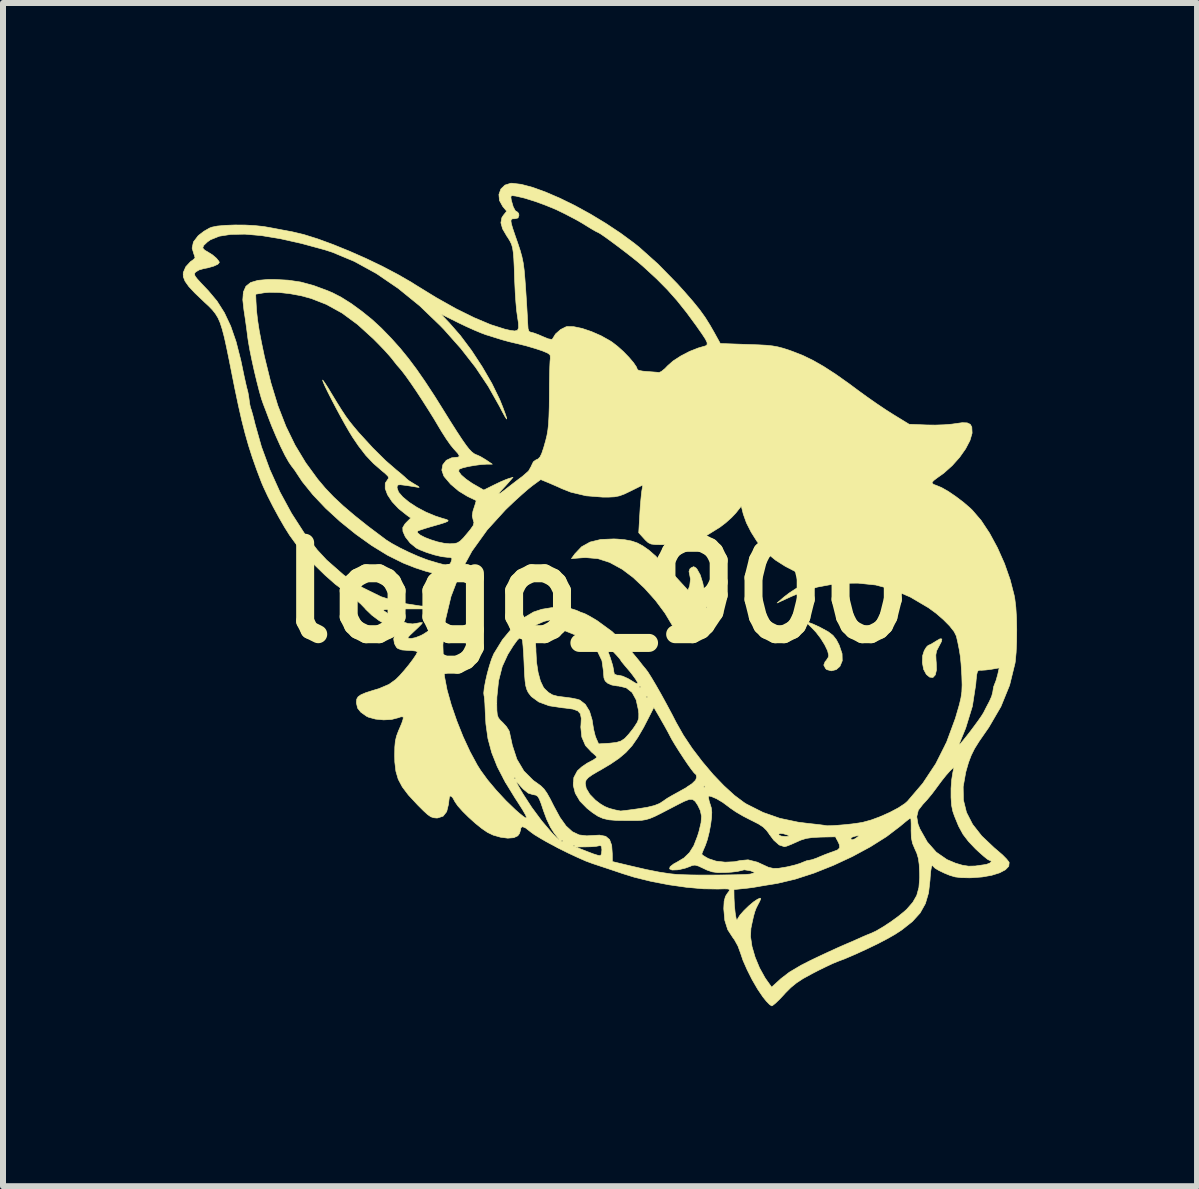
<source format=kicad_pcb>
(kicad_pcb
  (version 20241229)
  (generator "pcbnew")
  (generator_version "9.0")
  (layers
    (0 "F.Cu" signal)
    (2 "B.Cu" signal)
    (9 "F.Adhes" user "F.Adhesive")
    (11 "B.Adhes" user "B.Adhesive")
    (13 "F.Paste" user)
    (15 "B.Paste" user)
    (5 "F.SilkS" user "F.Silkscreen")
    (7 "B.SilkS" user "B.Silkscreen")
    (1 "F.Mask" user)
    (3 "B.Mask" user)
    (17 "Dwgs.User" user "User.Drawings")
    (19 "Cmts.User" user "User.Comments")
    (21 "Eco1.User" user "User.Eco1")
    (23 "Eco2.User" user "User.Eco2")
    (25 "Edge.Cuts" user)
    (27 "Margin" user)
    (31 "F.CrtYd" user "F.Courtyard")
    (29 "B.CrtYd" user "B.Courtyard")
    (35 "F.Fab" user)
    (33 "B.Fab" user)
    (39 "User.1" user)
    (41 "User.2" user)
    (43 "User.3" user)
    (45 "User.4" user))
  (footprint "logo_900"
    (layer "F.Cu")
    (at 6.9 6.834)
    (property "Reference" "logo_900" (at 0 0 0) (layer "F.SilkS") (effects (font (size 1.524 1.524) (thickness 0.3))))
    (attr through_hole)
    (fp_poly (pts (xy 5.753 0.769) (xy 5.745 0.813) (xy 5.7 0.899) (xy 5.699 0.9) (xy 5.665 0.967) (xy 5.652 1.036) (xy 5.656 1.129) (xy 5.659 1.162) (xy 5.663 1.285) (xy 5.643 1.369) (xy 5.604 1.411) (xy 5.549 1.405) (xy 5.494 1.36) (xy 5.449 1.276) (xy 5.428 1.164) (xy 5.432 1.048) (xy 5.459 0.964) (xy 5.495 0.905) (xy 5.525 0.876) (xy 5.528 0.875) (xy 5.564 0.86) (xy 5.627 0.823) (xy 5.655 0.805) (xy 5.723 0.766) (xy 5.753 0.769)) (stroke (width 0.01) (type solid)) (fill yes) (layer "F.SilkS"))
    (fp_poly (pts (xy 3.606 0.521) (xy 3.722 0.575) (xy 3.739 0.584) (xy 3.857 0.648) (xy 3.937 0.709) (xy 3.994 0.782) (xy 4.04 0.87) (xy 4.089 1.014) (xy 4.092 1.133) (xy 4.053 1.226) (xy 3.991 1.28) (xy 3.91 1.3) (xy 3.835 1.28) (xy 3.816 1.264) (xy 3.784 1.204) (xy 3.808 1.144) (xy 3.824 1.129) (xy 3.86 1.073) (xy 3.866 1.041) (xy 3.848 0.966) (xy 3.8 0.866) (xy 3.732 0.757) (xy 3.652 0.653) (xy 3.589 0.587) (xy 3.529 0.528) (xy 3.511 0.497) (xy 3.536 0.495) (xy 3.606 0.521)) (stroke (width 0.01) (type solid)) (fill yes) (layer "F.SilkS"))
    (fp_poly (pts (xy 0.348 -0.896) (xy 0.469 -0.885) (xy 0.575 -0.865) (xy 0.672 -0.833) (xy 0.768 -0.782) (xy 0.87 -0.71) (xy 0.983 -0.611) (xy 1.115 -0.48) (xy 1.272 -0.314) (xy 1.378 -0.198) (xy 1.52 -0.043) (xy 1.549 -0.118) (xy 1.562 -0.229) (xy 1.551 -0.287) (xy 1.537 -0.357) (xy 1.552 -0.399) (xy 1.573 -0.418) (xy 1.615 -0.437) (xy 1.652 -0.416) (xy 1.672 -0.393) (xy 1.725 -0.298) (xy 1.767 -0.163) (xy 1.799 -0.001) (xy 1.819 0.172) (xy 1.824 0.34) (xy 1.813 0.49) (xy 1.785 0.606) (xy 1.783 0.61) (xy 1.718 0.704) (xy 1.624 0.751) (xy 1.507 0.749) (xy 1.42 0.721) (xy 1.332 0.655) (xy 1.26 0.545) (xy 1.137 0.339) (xy 0.979 0.127) (xy 0.797 -0.076) (xy 0.607 -0.255) (xy 0.424 -0.393) (xy 0.215 -0.507) (xy 0.015 -0.571) (xy -0.187 -0.588) (xy -0.244 -0.585) (xy -0.423 -0.571) (xy -0.365 -0.651) (xy -0.254 -0.768) (xy -0.112 -0.847) (xy 0.066 -0.89) (xy 0.285 -0.899) (xy 0.348 -0.896)) (stroke (width 0.01) (type solid)) (fill yes) (layer "F.SilkS"))
    (fp_poly (pts (xy -1.261 -6.811) (xy -1.072 -6.761) (xy -0.854 -6.682) (xy -0.615 -6.579) (xy -0.364 -6.456) (xy -0.107 -6.315) (xy 0.148 -6.161) (xy 0.394 -5.998) (xy 0.622 -5.83) (xy 0.706 -5.763) (xy 1.02 -5.482) (xy 1.344 -5.151) (xy 1.463 -5.019) (xy 1.604 -4.857) (xy 1.715 -4.72) (xy 1.806 -4.593) (xy 1.888 -4.462) (xy 1.956 -4.343) (xy 2.059 -4.157) (xy 2.518 -4.141) (xy 2.693 -4.135) (xy 2.826 -4.128) (xy 2.929 -4.117) (xy 3.018 -4.101) (xy 3.106 -4.078) (xy 3.206 -4.046) (xy 3.266 -4.024) (xy 3.433 -3.959) (xy 3.602 -3.877) (xy 3.781 -3.775) (xy 3.979 -3.647) (xy 4.204 -3.488) (xy 4.36 -3.372) (xy 4.506 -3.266) (xy 4.666 -3.154) (xy 4.821 -3.05) (xy 4.939 -2.975) (xy 5.207 -2.811) (xy 5.495 -2.799) (xy 5.642 -2.797) (xy 5.792 -2.802) (xy 5.921 -2.813) (xy 5.964 -2.819) (xy 6.092 -2.837) (xy 6.175 -2.834) (xy 6.226 -2.81) (xy 6.252 -2.765) (xy 6.257 -2.663) (xy 6.221 -2.54) (xy 6.149 -2.402) (xy 6.049 -2.26) (xy 5.925 -2.121) (xy 5.784 -1.995) (xy 5.666 -1.911) (xy 5.612 -1.869) (xy 5.588 -1.836) (xy 5.588 -1.834) (xy 5.612 -1.809) (xy 5.666 -1.789) (xy 5.748 -1.755) (xy 5.859 -1.692) (xy 5.984 -1.607) (xy 6.111 -1.511) (xy 6.227 -1.411) (xy 6.261 -1.378) (xy 6.407 -1.208) (xy 6.548 -0.995) (xy 6.68 -0.751) (xy 6.797 -0.488) (xy 6.891 -0.22) (xy 6.958 0.04) (xy 6.969 0.099) (xy 6.986 0.238) (xy 6.997 0.415) (xy 7.001 0.612) (xy 6.999 0.81) (xy 6.991 0.993) (xy 6.977 1.142) (xy 6.973 1.171) (xy 6.882 1.541) (xy 6.737 1.897) (xy 6.536 2.242) (xy 6.479 2.324) (xy 6.375 2.474) (xy 6.298 2.597) (xy 6.242 2.71) (xy 6.197 2.829) (xy 6.156 2.971) (xy 6.15 2.995) (xy 6.108 3.233) (xy 6.112 3.453) (xy 6.163 3.66) (xy 6.265 3.859) (xy 6.418 4.054) (xy 6.625 4.25) (xy 6.677 4.294) (xy 6.764 4.369) (xy 6.832 4.438) (xy 6.872 4.489) (xy 6.875 4.497) (xy 6.868 4.559) (xy 6.812 4.617) (xy 6.715 4.668) (xy 6.583 4.709) (xy 6.424 4.737) (xy 6.245 4.75) (xy 6.209 4.751) (xy 6.075 4.748) (xy 5.974 4.736) (xy 5.883 4.709) (xy 5.793 4.672) (xy 5.704 4.629) (xy 5.641 4.592) (xy 5.616 4.568) (xy 5.616 4.568) (xy 5.595 4.544) (xy 5.591 4.544) (xy 5.579 4.57) (xy 5.567 4.64) (xy 5.558 4.74) (xy 5.555 4.791) (xy 5.531 5.002) (xy 5.478 5.181) (xy 5.39 5.338) (xy 5.26 5.481) (xy 5.084 5.62) (xy 4.974 5.692) (xy 4.848 5.764) (xy 4.686 5.849) (xy 4.503 5.937) (xy 4.316 6.023) (xy 4.141 6.098) (xy 4.007 6.149) (xy 3.93 6.181) (xy 3.82 6.233) (xy 3.691 6.296) (xy 3.587 6.35) (xy 3.439 6.431) (xy 3.328 6.504) (xy 3.235 6.58) (xy 3.143 6.672) (xy 3.122 6.696) (xy 3.043 6.78) (xy 2.975 6.845) (xy 2.928 6.882) (xy 2.916 6.886) (xy 2.882 6.865) (xy 2.828 6.81) (xy 2.77 6.738) (xy 2.68 6.605) (xy 2.589 6.448) (xy 2.506 6.283) (xy 2.438 6.129) (xy 2.395 6.002) (xy 2.393 5.997) (xy 2.353 5.888) (xy 2.294 5.782) (xy 2.27 5.75) (xy 2.183 5.616) (xy 2.134 5.461) (xy 2.117 5.271) (xy 2.117 5.257) (xy 2.123 5.141) (xy 2.145 5.061) (xy 2.175 5.013) (xy 2.206 4.972) (xy 2.214 4.948) (xy 2.211 4.947) (xy 2.286 4.947) (xy 2.288 5.091) (xy 2.294 5.208) (xy 2.306 5.327) (xy 2.311 5.362) (xy 2.324 5.435) (xy 2.336 5.456) (xy 2.35 5.434) (xy 2.352 5.428) (xy 2.386 5.374) (xy 2.451 5.3) (xy 2.532 5.221) (xy 2.614 5.152) (xy 2.677 5.11) (xy 2.721 5.09) (xy 2.734 5.099) (xy 2.715 5.144) (xy 2.686 5.199) (xy 2.658 5.254) (xy 2.635 5.314) (xy 2.613 5.392) (xy 2.588 5.504) (xy 2.569 5.596) (xy 2.563 5.731) (xy 2.587 5.895) (xy 2.639 6.074) (xy 2.713 6.253) (xy 2.804 6.417) (xy 2.83 6.455) (xy 2.915 6.574) (xy 3.069 6.433) (xy 3.211 6.324) (xy 3.407 6.208) (xy 3.566 6.127) (xy 3.717 6.055) (xy 3.872 5.983) (xy 4.014 5.918) (xy 4.12 5.871) (xy 4.233 5.823) (xy 4.335 5.778) (xy 4.409 5.745) (xy 4.417 5.741) (xy 4.503 5.704) (xy 4.576 5.675) (xy 4.663 5.634) (xy 4.778 5.566) (xy 4.904 5.483) (xy 5.025 5.395) (xy 5.127 5.312) (xy 5.167 5.276) (xy 5.268 5.16) (xy 5.334 5.045) (xy 5.37 4.913) (xy 5.383 4.75) (xy 5.382 4.671) (xy 5.375 4.53) (xy 5.361 4.427) (xy 5.335 4.34) (xy 5.306 4.276) (xy 5.264 4.177) (xy 5.244 4.081) (xy 5.24 3.96) (xy 5.241 3.944) (xy 5.241 3.849) (xy 5.238 3.78) (xy 5.232 3.754) (xy 5.231 3.754) (xy 5.204 3.771) (xy 5.147 3.816) (xy 5.07 3.88) (xy 5.057 3.891) (xy 4.83 4.064) (xy 4.56 4.234) (xy 4.26 4.396) (xy 3.942 4.544) (xy 3.621 4.672) (xy 3.309 4.773) (xy 3.019 4.842) (xy 2.943 4.855) (xy 2.83 4.873) (xy 2.734 4.889) (xy 2.673 4.9) (xy 2.667 4.901) (xy 2.608 4.911) (xy 2.517 4.923) (xy 2.448 4.93) (xy 2.286 4.947) (xy 2.211 4.947) (xy 2.19 4.937) (xy 2.126 4.935) (xy 2.017 4.938) (xy 1.774 4.934) (xy 1.496 4.909) (xy 1.201 4.867) (xy 0.905 4.81) (xy 0.625 4.741) (xy 0.432 4.681) (xy 0.284 4.631) (xy 0.137 4.582) (xy 0.01 4.54) (xy -0.071 4.513) (xy -0.18 4.473) (xy -0.318 4.412) (xy -0.475 4.339) (xy -0.638 4.258) (xy -0.677 4.237) (xy -0.353 4.237) (xy -0.155 4.315) (xy -0.058 4.352) (xy 0.019 4.376) (xy 0.061 4.383) (xy 0.064 4.383) (xy 0.078 4.349) (xy 0.085 4.285) (xy 0.078 4.226) (xy 0.054 4.212) (xy 0.04 4.216) (xy -0.011 4.226) (xy -0.098 4.233) (xy -0.179 4.235) (xy -0.353 4.237) (xy -0.677 4.237) (xy -0.71 4.219) (xy -0.395 4.219) (xy -0.381 4.233) (xy -0.367 4.219) (xy -0.381 4.205) (xy -0.395 4.219) (xy -0.71 4.219) (xy -0.794 4.175) (xy -0.866 4.135) (xy -0.593 4.135) (xy -0.579 4.149) (xy -0.564 4.135) (xy -0.579 4.12) (xy -0.593 4.135) (xy -0.866 4.135) (xy -0.932 4.097) (xy -1.041 4.031) (xy -1.1 3.988) (xy -1.185 3.921) (xy -1.239 3.898) (xy -1.266 3.917) (xy -1.27 3.949) (xy -1.289 4.012) (xy -1.318 4.051) (xy -1.384 4.082) (xy -1.485 4.09) (xy -1.605 4.074) (xy -1.728 4.039) (xy -1.822 3.994) (xy -1.917 3.929) (xy -2.025 3.842) (xy -2.136 3.742) (xy -2.237 3.642) (xy -2.318 3.551) (xy -2.367 3.48) (xy -2.371 3.471) (xy -2.405 3.411) (xy -2.437 3.385) (xy -2.457 3.401) (xy -2.458 3.408) (xy -2.464 3.448) (xy -2.472 3.518) (xy -2.473 3.526) (xy -2.503 3.648) (xy -2.562 3.723) (xy -2.652 3.753) (xy -2.672 3.754) (xy -2.721 3.749) (xy -2.768 3.733) (xy -2.821 3.696) (xy -2.891 3.632) (xy -2.989 3.534) (xy -3 3.522) (xy -3.142 3.369) (xy -3.243 3.235) (xy -3.311 3.107) (xy -3.35 2.973) (xy -3.368 2.819) (xy -3.37 2.709) (xy -3.368 2.573) (xy -3.359 2.473) (xy -3.339 2.388) (xy -3.306 2.3) (xy -3.29 2.264) (xy -3.252 2.174) (xy -3.229 2.104) (xy -3.227 2.07) (xy -3.227 2.069) (xy -3.263 2.066) (xy -3.317 2.084) (xy -3.422 2.111) (xy -3.554 2.118) (xy -3.689 2.105) (xy -3.804 2.074) (xy -3.838 2.058) (xy -3.935 1.989) (xy -3.988 1.922) (xy -4.007 1.839) (xy -4.008 1.818) (xy -4.002 1.771) (xy -3.98 1.733) (xy -3.932 1.699) (xy -3.852 1.665) (xy -3.73 1.626) (xy -3.632 1.597) (xy -3.465 1.526) (xy -3.352 1.445) (xy -3.286 1.379) (xy -3.21 1.293) (xy -3.133 1.199) (xy -3.065 1.109) (xy -3.015 1.035) (xy -2.992 0.989) (xy -2.992 0.985) (xy -3.017 0.971) (xy -3.083 0.962) (xy -3.142 0.96) (xy -3.25 0.952) (xy -3.317 0.928) (xy -3.34 0.908) (xy -3.361 0.869) (xy -2.566 0.869) (xy -2.552 1.286) (xy -2.538 1.402) (xy -2.496 1.62) (xy -2.426 1.869) (xy -2.335 2.133) (xy -2.229 2.399) (xy -2.113 2.649) (xy -1.993 2.871) (xy -1.937 2.96) (xy -1.821 3.119) (xy -1.675 3.293) (xy -1.515 3.465) (xy -1.356 3.618) (xy -1.292 3.674) (xy -1.224 3.729) (xy -1.183 3.754) (xy -1.171 3.746) (xy -1.188 3.702) (xy -1.235 3.62) (xy -1.313 3.497) (xy -1.364 3.419) (xy -1.524 3.158) (xy -1.341 3.158) (xy -1.317 3.204) (xy -1.266 3.293) (xy -1.227 3.358) (xy -1.085 3.577) (xy -0.919 3.801) (xy -0.75 4) (xy -0.677 4.077) (xy -0.638 4.113) (xy -0.634 4.108) (xy -0.667 4.062) (xy -0.711 4.005) (xy -0.773 3.907) (xy -0.837 3.772) (xy -0.889 3.631) (xy -0.929 3.511) (xy -0.959 3.436) (xy -0.985 3.393) (xy -1.015 3.373) (xy -1.056 3.365) (xy -1.065 3.364) (xy -1.144 3.339) (xy -1.225 3.273) (xy -1.259 3.237) (xy -1.311 3.178) (xy -1.339 3.151) (xy -1.341 3.158) (xy -1.524 3.158) (xy -1.531 3.146) (xy -1.56 3.09) (xy -1.383 3.09) (xy -1.369 3.104) (xy -1.355 3.09) (xy -1.369 3.076) (xy -1.383 3.09) (xy -1.56 3.09) (xy -1.659 2.899) (xy -1.752 2.664) (xy -1.815 2.43) (xy -1.849 2.186) (xy -1.86 1.987) (xy -1.865 1.873) (xy -1.866 1.848) (xy -1.668 1.848) (xy -1.666 1.961) (xy -1.659 2.034) (xy -1.641 2.084) (xy -1.607 2.126) (xy -1.568 2.163) (xy -1.506 2.231) (xy -1.464 2.298) (xy -1.456 2.319) (xy -1.443 2.384) (xy -1.422 2.478) (xy -1.409 2.54) (xy -1.333 2.773) (xy -1.216 2.97) (xy -1.058 3.128) (xy -0.997 3.171) (xy -0.933 3.218) (xy -0.881 3.269) (xy -0.832 3.338) (xy -0.777 3.436) (xy -0.72 3.549) (xy -0.615 3.743) (xy -0.513 3.886) (xy -0.408 3.982) (xy -0.294 4.036) (xy -0.168 4.051) (xy -0.102 4.047) (xy 0.045 4.039) (xy 0.148 4.059) (xy 0.213 4.114) (xy 0.248 4.209) (xy 0.258 4.349) (xy 0.259 4.48) (xy 0.56 4.552) (xy 0.824 4.613) (xy 1.041 4.656) (xy 1.219 4.683) (xy 1.326 4.694) (xy 1.429 4.699) (xy 1.564 4.703) (xy 1.722 4.705) (xy 1.892 4.705) (xy 2.063 4.704) (xy 2.226 4.702) (xy 2.368 4.699) (xy 2.48 4.695) (xy 2.552 4.689) (xy 2.568 4.686) (xy 2.639 4.665) (xy 2.561 4.633) (xy 2.458 4.617) (xy 2.411 4.629) (xy 2.347 4.644) (xy 2.248 4.656) (xy 2.136 4.663) (xy 2.014 4.664) (xy 1.922 4.651) (xy 1.835 4.621) (xy 1.783 4.596) (xy 1.695 4.555) (xy 1.638 4.539) (xy 1.593 4.544) (xy 1.554 4.561) (xy 1.477 4.589) (xy 1.377 4.613) (xy 1.345 4.618) (xy 1.254 4.621) (xy 1.213 4.602) (xy 1.222 4.566) (xy 1.282 4.519) (xy 1.336 4.49) (xy 1.453 4.42) (xy 1.517 4.358) (xy 1.75 4.358) (xy 1.773 4.379) (xy 1.83 4.414) (xy 1.864 4.432) (xy 1.988 4.473) (xy 2.139 4.49) (xy 2.294 4.483) (xy 2.39 4.463) (xy 2.522 4.451) (xy 2.676 4.49) (xy 2.78 4.538) (xy 2.863 4.576) (xy 2.942 4.594) (xy 3.033 4.592) (xy 3.155 4.572) (xy 3.203 4.562) (xy 3.305 4.537) (xy 3.392 4.51) (xy 3.434 4.492) (xy 3.5 4.466) (xy 3.54 4.459) (xy 3.592 4.448) (xy 3.67 4.42) (xy 3.704 4.405) (xy 3.806 4.363) (xy 3.908 4.325) (xy 3.93 4.318) (xy 4.014 4.286) (xy 4.05 4.25) (xy 4.044 4.197) (xy 4.023 4.151) (xy 3.994 4.096) (xy 4.233 4.096) (xy 4.251 4.119) (xy 4.302 4.102) (xy 4.333 4.081) (xy 4.367 4.054) (xy 4.355 4.048) (xy 4.31 4.056) (xy 4.254 4.074) (xy 4.233 4.096) (xy 3.994 4.096) (xy 3.979 4.067) (xy 3.732 4.072) (xy 3.595 4.079) (xy 3.492 4.094) (xy 3.401 4.122) (xy 3.325 4.156) (xy 3.235 4.196) (xy 3.162 4.224) (xy 3.127 4.232) (xy 3.04 4.203) (xy 2.95 4.123) (xy 2.88 4.029) (xy 2.878 4.025) (xy 3.031 4.025) (xy 3.034 4.036) (xy 3.072 4.055) (xy 3.139 4.062) (xy 3.141 4.062) (xy 3.197 4.059) (xy 3.202 4.049) (xy 3.175 4.036) (xy 3.107 4.015) (xy 3.054 4.011) (xy 3.031 4.025) (xy 2.878 4.025) (xy 2.83 3.959) (xy 2.774 3.904) (xy 2.696 3.853) (xy 2.582 3.795) (xy 2.561 3.785) (xy 2.437 3.721) (xy 2.316 3.65) (xy 2.22 3.584) (xy 2.2 3.568) (xy 2.099 3.493) (xy 1.996 3.432) (xy 1.909 3.395) (xy 1.867 3.387) (xy 1.861 3.41) (xy 1.873 3.47) (xy 1.886 3.512) (xy 1.909 3.585) (xy 1.917 3.657) (xy 1.913 3.746) (xy 1.898 3.863) (xy 1.874 3.991) (xy 1.843 4.115) (xy 1.81 4.21) (xy 1.807 4.217) (xy 1.774 4.293) (xy 1.753 4.346) (xy 1.75 4.358) (xy 1.517 4.358) (xy 1.544 4.332) (xy 1.617 4.216) (xy 1.678 4.059) (xy 1.704 3.975) (xy 1.738 3.833) (xy 1.746 3.724) (xy 1.726 3.629) (xy 1.684 3.542) (xy 1.641 3.477) (xy 1.597 3.444) (xy 1.54 3.444) (xy 1.457 3.476) (xy 1.369 3.52) (xy 1.196 3.61) (xy 1.065 3.678) (xy 0.964 3.728) (xy 0.885 3.761) (xy 0.817 3.781) (xy 0.751 3.792) (xy 0.678 3.796) (xy 0.586 3.796) (xy 0.496 3.796) (xy 0.329 3.794) (xy 0.204 3.784) (xy 0.106 3.762) (xy 0.019 3.724) (xy -0.072 3.664) (xy -0.163 3.592) (xy -0.281 3.472) (xy -0.359 3.34) (xy -0.393 3.206) (xy -0.39 3.17) (xy -0.193 3.17) (xy -0.177 3.259) (xy -0.118 3.358) (xy -0.022 3.457) (xy 0.06 3.519) (xy 0.132 3.562) (xy 0.207 3.593) (xy 0.305 3.619) (xy 0.395 3.637) (xy 0.427 3.634) (xy 0.503 3.625) (xy 0.608 3.611) (xy 0.68 3.601) (xy 0.842 3.575) (xy 0.96 3.546) (xy 1.048 3.511) (xy 1.118 3.465) (xy 1.129 3.457) (xy 1.175 3.425) (xy 1.254 3.379) (xy 1.332 3.336) (xy 1.485 3.251) (xy 1.513 3.231) (xy 1.778 3.231) (xy 1.792 3.246) (xy 1.806 3.231) (xy 1.792 3.217) (xy 1.778 3.231) (xy 1.513 3.231) (xy 1.588 3.181) (xy 1.647 3.123) (xy 1.665 3.074) (xy 1.655 3.029) (xy 1.642 3.02) (xy 1.619 2.997) (xy 1.573 2.938) (xy 1.511 2.851) (xy 1.441 2.747) (xy 1.37 2.638) (xy 1.304 2.533) (xy 1.251 2.444) (xy 1.227 2.399) (xy 1.189 2.326) (xy 1.133 2.224) (xy 1.071 2.116) (xy 1.065 2.104) (xy 0.951 1.909) (xy 0.888 2.034) (xy 0.78 2.244) (xy 0.682 2.412) (xy 0.588 2.548) (xy 0.486 2.66) (xy 0.369 2.759) (xy 0.228 2.855) (xy 0.053 2.959) (xy 0.028 2.972) (xy -0.079 3.035) (xy -0.144 3.082) (xy -0.179 3.123) (xy -0.192 3.168) (xy -0.193 3.17) (xy -0.39 3.17) (xy -0.383 3.079) (xy -0.324 2.968) (xy -0.324 2.968) (xy -0.253 2.903) (xy -0.161 2.84) (xy -0.126 2.822) (xy -0.054 2.783) (xy -0.008 2.751) (xy 0 2.74) (xy -0.021 2.712) (xy -0.072 2.667) (xy -0.087 2.655) (xy -0.189 2.546) (xy -0.25 2.404) (xy -0.267 2.237) (xy -0.264 2.202) (xy -0.259 2.091) (xy -0.274 2.015) (xy -0.318 1.967) (xy -0.399 1.938) (xy -0.525 1.921) (xy -0.575 1.916) (xy -0.794 1.883) (xy -0.966 1.82) (xy -1.091 1.729) (xy -1.143 1.662) (xy -1.166 1.613) (xy -1.184 1.552) (xy -1.196 1.469) (xy -1.205 1.352) (xy -1.212 1.191) (xy -1.213 1.166) (xy -1.22 1.021) (xy -1.229 0.896) (xy -1.238 0.802) (xy -1.248 0.75) (xy -1.251 0.744) (xy -1.28 0.744) (xy -1.326 0.789) (xy -1.393 0.881) (xy -1.481 1.022) (xy -1.485 1.029) (xy -1.577 1.229) (xy -1.638 1.469) (xy -1.666 1.738) (xy -1.668 1.848) (xy -1.866 1.848) (xy -1.871 1.781) (xy -1.877 1.725) (xy -1.88 1.716) (xy -1.885 1.67) (xy -1.876 1.584) (xy -1.855 1.471) (xy -1.826 1.345) (xy -1.791 1.219) (xy -1.755 1.107) (xy -1.72 1.023) (xy -1.717 1.016) (xy -1.573 0.782) (xy -1.431 0.61) (xy -1.129 0.61) (xy -1.113 0.641) (xy -1.075 0.695) (xy -1.072 0.698) (xy -1.04 0.754) (xy -1.022 0.828) (xy -1.015 0.938) (xy -1.015 0.97) (xy -1.005 1.156) (xy -0.979 1.326) (xy -0.94 1.47) (xy -0.891 1.573) (xy -0.871 1.599) (xy -0.804 1.662) (xy -0.737 1.702) (xy -0.65 1.725) (xy -0.529 1.74) (xy -0.423 1.754) (xy -0.33 1.773) (xy -0.283 1.788) (xy -0.192 1.859) (xy -0.122 1.973) (xy -0.078 2.119) (xy -0.071 2.167) (xy -0.053 2.277) (xy -0.028 2.379) (xy -0.012 2.423) (xy 0.03 2.518) (xy 0.212 2.507) (xy 0.326 2.494) (xy 0.402 2.471) (xy 0.462 2.431) (xy 0.468 2.426) (xy 0.529 2.36) (xy 0.598 2.274) (xy 0.627 2.233) (xy 0.677 2.155) (xy 0.699 2.091) (xy 0.7 2.014) (xy 0.694 1.956) (xy 0.656 1.784) (xy 0.63 1.736) (xy 0.818 1.736) (xy 0.833 1.75) (xy 0.847 1.736) (xy 0.833 1.722) (xy 0.818 1.736) (xy 0.63 1.736) (xy 0.588 1.66) (xy 0.49 1.583) (xy 0.419 1.566) (xy 0.706 1.566) (xy 0.72 1.58) (xy 0.734 1.566) (xy 0.72 1.552) (xy 0.706 1.566) (xy 0.419 1.566) (xy 0.36 1.553) (xy 0.339 1.552) (xy 0.251 1.537) (xy 0.182 1.507) (xy 0.14 1.469) (xy 0.119 1.418) (xy 0.112 1.334) (xy 0.112 1.316) (xy 0.086 1.131) (xy 0.009 0.97) (xy -0.069 0.886) (xy 0.153 0.886) (xy 0.154 0.889) (xy 0.222 1.074) (xy 0.265 1.211) (xy 0.282 1.298) (xy 0.282 1.307) (xy 0.293 1.356) (xy 0.338 1.373) (xy 0.36 1.373) (xy 0.431 1.389) (xy 0.518 1.428) (xy 0.551 1.447) (xy 0.636 1.5) (xy 0.68 1.518) (xy 0.684 1.5) (xy 0.652 1.447) (xy 0.643 1.433) (xy 0.594 1.366) (xy 0.555 1.316) (xy 0.55 1.31) (xy 0.464 1.209) (xy 0.411 1.144) (xy 0.395 1.118) (xy 0.377 1.093) (xy 0.33 1.04) (xy 0.264 0.97) (xy 0.264 0.97) (xy 0.202 0.91) (xy 0.163 0.88) (xy 0.153 0.886) (xy -0.069 0.886) (xy -0.116 0.836) (xy -0.285 0.732) (xy -0.368 0.698) (xy -0.521 0.637) (xy -0.631 0.578) (xy -0.693 0.523) (xy -0.706 0.491) (xy -0.728 0.459) (xy -0.79 0.454) (xy -0.881 0.476) (xy -0.989 0.523) (xy -1.065 0.564) (xy -1.116 0.597) (xy -1.129 0.61) (xy -1.431 0.61) (xy -1.408 0.582) (xy -1.229 0.423) (xy -1.054 0.319) (xy -0.918 0.274) (xy -0.759 0.248) (xy -0.597 0.242) (xy -0.45 0.257) (xy -0.341 0.291) (xy -0.273 0.322) (xy -0.227 0.338) (xy -0.222 0.339) (xy -0.189 0.353) (xy -0.121 0.389) (xy -0.03 0.442) (xy 0.006 0.464) (xy 0.254 0.645) (xy 0.497 0.881) (xy 0.702 1.129) (xy 0.756 1.199) (xy 0.801 1.254) (xy 0.811 1.265) (xy 0.851 1.318) (xy 0.911 1.413) (xy 0.987 1.541) (xy 1.073 1.692) (xy 1.165 1.86) (xy 1.258 2.034) (xy 1.322 2.159) (xy 1.443 2.373) (xy 1.591 2.595) (xy 1.759 2.815) (xy 1.937 3.026) (xy 2.118 3.215) (xy 2.294 3.376) (xy 2.456 3.497) (xy 2.498 3.523) (xy 2.772 3.661) (xy 3.052 3.759) (xy 3.355 3.823) (xy 3.514 3.843) (xy 3.633 3.856) (xy 3.728 3.867) (xy 3.788 3.875) (xy 3.803 3.878) (xy 3.837 3.883) (xy 3.914 3.882) (xy 4.019 3.875) (xy 4.138 3.865) (xy 4.259 3.852) (xy 4.367 3.837) (xy 4.433 3.826) (xy 4.575 3.787) (xy 4.726 3.731) (xy 5.334 3.731) (xy 5.355 3.856) (xy 5.387 3.937) (xy 5.51 4.154) (xy 5.659 4.323) (xy 5.838 4.447) (xy 5.98 4.507) (xy 6.095 4.541) (xy 6.198 4.557) (xy 6.311 4.554) (xy 6.451 4.534) (xy 6.498 4.526) (xy 6.551 4.506) (xy 6.577 4.481) (xy 6.566 4.462) (xy 6.545 4.459) (xy 6.512 4.441) (xy 6.45 4.391) (xy 6.369 4.319) (xy 6.315 4.269) (xy 6.198 4.146) (xy 6.106 4.026) (xy 6.032 3.89) (xy 5.963 3.722) (xy 5.935 3.641) (xy 5.915 3.543) (xy 5.906 3.41) (xy 5.906 3.26) (xy 5.917 3.113) (xy 5.937 2.988) (xy 5.943 2.963) (xy 5.953 2.921) (xy 5.945 2.915) (xy 5.911 2.946) (xy 5.88 2.977) (xy 5.822 3.043) (xy 5.748 3.136) (xy 5.673 3.237) (xy 5.667 3.246) (xy 5.589 3.35) (xy 5.507 3.449) (xy 5.438 3.524) (xy 5.436 3.526) (xy 5.36 3.624) (xy 5.334 3.731) (xy 4.726 3.731) (xy 4.731 3.729) (xy 4.887 3.659) (xy 5.027 3.585) (xy 5.136 3.513) (xy 5.179 3.475) (xy 5.435 3.175) (xy 5.651 2.849) (xy 5.81 2.533) (xy 6.04 2.533) (xy 6.055 2.523) (xy 6.095 2.476) (xy 6.153 2.404) (xy 6.222 2.316) (xy 6.293 2.221) (xy 6.36 2.13) (xy 6.414 2.052) (xy 6.448 1.998) (xy 6.452 1.99) (xy 6.495 1.905) (xy 6.543 1.814) (xy 6.547 1.806) (xy 6.583 1.725) (xy 6.602 1.652) (xy 6.603 1.642) (xy 6.616 1.566) (xy 6.631 1.526) (xy 6.655 1.465) (xy 6.679 1.381) (xy 6.684 1.363) (xy 6.709 1.251) (xy 6.579 1.274) (xy 6.487 1.286) (xy 6.412 1.291) (xy 6.392 1.29) (xy 6.365 1.292) (xy 6.346 1.313) (xy 6.334 1.362) (xy 6.324 1.451) (xy 6.318 1.524) (xy 6.262 1.89) (xy 6.15 2.255) (xy 6.099 2.38) (xy 6.066 2.46) (xy 6.044 2.516) (xy 6.04 2.533) (xy 5.81 2.533) (xy 5.831 2.491) (xy 5.978 2.093) (xy 6.045 1.863) (xy 6.071 1.751) (xy 6.086 1.649) (xy 6.09 1.536) (xy 6.086 1.393) (xy 6.083 1.341) (xy 6.073 1.183) (xy 6.061 1.06) (xy 6.043 0.948) (xy 6.018 0.823) (xy 5.994 0.72) (xy 5.957 0.646) (xy 5.882 0.551) (xy 5.779 0.447) (xy 5.658 0.342) (xy 5.528 0.247) (xy 5.524 0.245) (xy 5.227 0.07) (xy 4.938 -0.054) (xy 4.65 -0.131) (xy 4.353 -0.162) (xy 4.163 -0.16) (xy 3.908 -0.139) (xy 3.685 -0.098) (xy 3.469 -0.033) (xy 3.246 0.059) (xy 3.006 0.169) (xy 3.119 0.071) (xy 3.205 0.005) (xy 3.316 -0.068) (xy 3.412 -0.123) (xy 3.593 -0.219) (xy 3.341 -0.339) (xy 3.141 -0.443) (xy 2.982 -0.544) (xy 2.849 -0.652) (xy 2.771 -0.731) (xy 2.67 -0.859) (xy 2.574 -1.011) (xy 2.495 -1.166) (xy 2.445 -1.305) (xy 2.444 -1.306) (xy 2.409 -1.446) (xy 2.318 -1.331) (xy 2.246 -1.255) (xy 2.149 -1.168) (xy 2.052 -1.094) (xy 1.844 -0.965) (xy 1.642 -0.878) (xy 1.43 -0.825) (xy 1.19 -0.804) (xy 1.081 -0.803) (xy 0.974 -0.805) (xy 0.905 -0.814) (xy 0.857 -0.837) (xy 0.812 -0.878) (xy 0.789 -0.903) (xy 0.699 -1.002) (xy 0.716 -1.298) (xy 0.724 -1.434) (xy 0.735 -1.56) (xy 0.745 -1.658) (xy 0.75 -1.697) (xy 0.768 -1.799) (xy 0.562 -1.697) (xy 0.458 -1.647) (xy 0.376 -1.617) (xy 0.295 -1.601) (xy 0.194 -1.596) (xy 0.101 -1.596) (xy -0.178 -1.618) (xy -0.435 -1.679) (xy -0.579 -1.736) (xy -0.656 -1.771) (xy -0.755 -1.814) (xy -0.799 -1.833) (xy -0.935 -1.889) (xy -1.078 -1.784) (xy -1.151 -1.725) (xy -1.252 -1.637) (xy -1.369 -1.531) (xy -1.49 -1.416) (xy -1.524 -1.383) (xy -1.828 -1.049) (xy -2.082 -0.695) (xy -2.283 -0.325) (xy -2.431 0.061) (xy -2.526 0.459) (xy -2.566 0.869) (xy -3.361 0.869) (xy -3.374 0.846) (xy -3.386 0.772) (xy -3.375 0.711) (xy -3.358 0.691) (xy -3.33 0.651) (xy -3.348 0.607) (xy -3.404 0.576) (xy -3.408 0.575) (xy -3.511 0.533) (xy -3.632 0.461) (xy -3.751 0.372) (xy -3.837 0.289) (xy -3.565 0.289) (xy -3.561 0.293) (xy -3.502 0.331) (xy -3.457 0.366) (xy -3.399 0.405) (xy -3.312 0.45) (xy -3.258 0.473) (xy -3.153 0.51) (xy -3.069 0.518) (xy -3.011 0.509) (xy -2.945 0.497) (xy -2.909 0.497) (xy -2.907 0.499) (xy -2.926 0.524) (xy -2.976 0.575) (xy -3.041 0.636) (xy -3.112 0.703) (xy -3.146 0.74) (xy -3.145 0.756) (xy -3.114 0.761) (xy -3.095 0.761) (xy -3.024 0.747) (xy -2.934 0.712) (xy -2.891 0.689) (xy -2.821 0.644) (xy -2.778 0.598) (xy -2.752 0.535) (xy -2.736 0.439) (xy -2.729 0.381) (xy -2.717 0.268) (xy -3.162 0.268) (xy -3.331 0.27) (xy -3.457 0.274) (xy -3.536 0.28) (xy -3.565 0.289) (xy -3.837 0.289) (xy -3.85 0.277) (xy -3.87 0.253) (xy -3.936 0.185) (xy -4.034 0.1) (xy -4.147 0.013) (xy -4.207 -0.029) (xy -4.361 -0.145) (xy -4.532 -0.296) (xy -4.707 -0.467) (xy -4.875 -0.647) (xy -5.021 -0.822) (xy -5.121 -0.96) (xy -5.207 -1.097) (xy -5.302 -1.262) (xy -5.398 -1.439) (xy -5.486 -1.612) (xy -5.557 -1.764) (xy -5.59 -1.841) (xy -5.672 -2.057) (xy -5.743 -2.258) (xy -5.806 -2.455) (xy -5.864 -2.658) (xy -5.92 -2.878) (xy -5.976 -3.126) (xy -6.036 -3.411) (xy -6.079 -3.627) (xy -6.13 -3.885) (xy -6.173 -4.094) (xy -6.21 -4.262) (xy -6.245 -4.395) (xy -6.279 -4.501) (xy -6.316 -4.585) (xy -6.359 -4.655) (xy -6.409 -4.718) (xy -6.47 -4.781) (xy -6.545 -4.85) (xy -6.559 -4.864) (xy -6.701 -4.999) (xy -6.802 -5.107) (xy -6.865 -5.196) (xy -6.894 -5.271) (xy -6.895 -5.306) (xy -6.708 -5.306) (xy -6.695 -5.277) (xy -6.66 -5.232) (xy -6.598 -5.164) (xy -6.503 -5.064) (xy -6.477 -5.037) (xy -6.332 -4.864) (xy -6.209 -4.67) (xy -6.104 -4.447) (xy -6.014 -4.187) (xy -5.936 -3.881) (xy -5.91 -3.758) (xy -5.882 -3.623) (xy -5.857 -3.509) (xy -5.838 -3.426) (xy -5.827 -3.386) (xy -5.827 -3.384) (xy -5.817 -3.347) (xy -5.804 -3.275) (xy -5.798 -3.23) (xy -5.786 -3.145) (xy -5.773 -3.084) (xy -5.767 -3.07) (xy -5.755 -3.033) (xy -5.733 -2.955) (xy -5.707 -2.852) (xy -5.698 -2.814) (xy -5.591 -2.435) (xy -5.451 -2.054) (xy -5.282 -1.68) (xy -5.09 -1.326) (xy -4.88 -1) (xy -4.659 -0.714) (xy -4.503 -0.546) (xy -4.217 -0.295) (xy -3.913 -0.091) (xy -3.595 0.065) (xy -3.269 0.168) (xy -2.94 0.219) (xy -2.847 0.223) (xy -2.765 0.221) (xy -2.72 0.205) (xy -2.694 0.166) (xy -2.687 0.148) (xy -2.661 0.077) (xy -2.629 -0.021) (xy -2.609 -0.085) (xy -2.58 -0.176) (xy -2.557 -0.247) (xy -2.547 -0.275) (xy -2.559 -0.303) (xy -2.602 -0.31) (xy -2.707 -0.323) (xy -2.851 -0.36) (xy -3.022 -0.416) (xy -3.208 -0.489) (xy -3.236 -0.501) (xy -3.489 -0.627) (xy -3.753 -0.789) (xy -4.02 -0.98) (xy -4.28 -1.19) (xy -4.521 -1.411) (xy -4.734 -1.636) (xy -4.91 -1.854) (xy -4.983 -1.964) (xy -5.033 -2.04) (xy -5.08 -2.103) (xy -5.086 -2.109) (xy -5.135 -2.181) (xy -5.199 -2.294) (xy -5.271 -2.44) (xy -5.346 -2.606) (xy -5.42 -2.781) (xy -5.474 -2.921) (xy -5.511 -3.02) (xy -5.543 -3.103) (xy -5.56 -3.147) (xy -5.591 -3.236) (xy -5.628 -3.367) (xy -5.669 -3.527) (xy -5.711 -3.702) (xy -5.75 -3.879) (xy -5.784 -4.045) (xy -5.809 -4.187) (xy -5.818 -4.247) (xy -5.837 -4.396) (xy -5.859 -4.556) (xy -5.88 -4.695) (xy -5.883 -4.713) (xy -5.902 -4.885) (xy -5.895 -4.979) (xy -5.687 -4.979) (xy -5.682 -4.853) (xy -5.673 -4.705) (xy -5.656 -4.55) (xy -5.629 -4.376) (xy -5.59 -4.171) (xy -5.541 -3.937) (xy -5.435 -3.506) (xy -5.318 -3.122) (xy -5.184 -2.777) (xy -5.031 -2.463) (xy -4.855 -2.171) (xy -4.652 -1.893) (xy -4.65 -1.891) (xy -4.527 -1.745) (xy -4.388 -1.599) (xy -4.227 -1.449) (xy -4.038 -1.288) (xy -3.815 -1.11) (xy -3.55 -0.911) (xy -3.513 -0.883) (xy -3.416 -0.822) (xy -3.284 -0.75) (xy -3.132 -0.676) (xy -2.978 -0.608) (xy -2.841 -0.555) (xy -2.789 -0.538) (xy -2.651 -0.497) (xy -2.556 -0.472) (xy -2.496 -0.464) (xy -2.46 -0.472) (xy -2.439 -0.495) (xy -2.424 -0.531) (xy -2.414 -0.573) (xy -2.438 -0.59) (xy -2.492 -0.593) (xy -2.586 -0.604) (xy -2.709 -0.633) (xy -2.839 -0.674) (xy -2.953 -0.719) (xy -3.009 -0.747) (xy -3.112 -0.831) (xy -3.193 -0.935) (xy -3.232 -1.024) (xy -3.235 -1.088) (xy -3.199 -1.148) (xy -3.176 -1.173) (xy -3.101 -1.248) (xy -3.166 -1.294) (xy -3.304 -1.404) (xy -3.413 -1.52) (xy -3.489 -1.635) (xy -3.528 -1.74) (xy -3.527 -1.829) (xy -3.486 -1.89) (xy -3.47 -1.914) (xy -3.482 -1.945) (xy -3.531 -1.993) (xy -3.578 -2.031) (xy -3.724 -2.158) (xy -3.851 -2.292) (xy -3.973 -2.45) (xy -4.072 -2.596) (xy -4.129 -2.689) (xy -4.197 -2.807) (xy -4.272 -2.942) (xy -4.348 -3.083) (xy -4.42 -3.221) (xy -4.484 -3.347) (xy -4.534 -3.45) (xy -4.564 -3.521) (xy -4.572 -3.548) (xy -4.559 -3.535) (xy -4.523 -3.483) (xy -4.471 -3.402) (xy -4.437 -3.344) (xy -4.336 -3.178) (xy -4.256 -3.05) (xy -4.188 -2.947) (xy -4.123 -2.858) (xy -4.053 -2.771) (xy -3.972 -2.675) (xy -3.964 -2.666) (xy -3.735 -2.416) (xy -3.522 -2.205) (xy -3.342 -2.049) (xy -3.264 -1.985) (xy -3.203 -1.932) (xy -3.175 -1.905) (xy -3.134 -1.871) (xy -3.064 -1.827) (xy -3.034 -1.809) (xy -2.973 -1.773) (xy -2.962 -1.758) (xy -2.992 -1.761) (xy -3.063 -1.773) (xy -3.159 -1.788) (xy -3.196 -1.793) (xy -3.277 -1.803) (xy -3.316 -1.798) (xy -3.329 -1.773) (xy -3.33 -1.749) (xy -3.305 -1.679) (xy -3.235 -1.598) (xy -3.13 -1.511) (xy -2.998 -1.425) (xy -2.849 -1.346) (xy -2.691 -1.28) (xy -2.568 -1.24) (xy -2.509 -1.224) (xy -2.479 -1.209) (xy -2.484 -1.194) (xy -2.527 -1.174) (xy -2.615 -1.146) (xy -2.751 -1.107) (xy -2.763 -1.104) (xy -2.865 -1.073) (xy -2.944 -1.047) (xy -2.987 -1.03) (xy -2.989 -1.028) (xy -2.987 -0.999) (xy -2.941 -0.962) (xy -2.863 -0.922) (xy -2.764 -0.884) (xy -2.655 -0.85) (xy -2.547 -0.827) (xy -2.453 -0.818) (xy -2.453 -0.818) (xy -2.383 -0.821) (xy -2.329 -0.832) (xy -2.28 -0.861) (xy -2.225 -0.915) (xy -2.152 -1.002) (xy -2.109 -1.054) (xy -2.061 -1.122) (xy -2.048 -1.171) (xy -2.062 -1.219) (xy -2.077 -1.283) (xy -2.065 -1.362) (xy -2.049 -1.411) (xy -2.025 -1.485) (xy -2.012 -1.532) (xy -2.012 -1.539) (xy -2.039 -1.553) (xy -2.101 -1.582) (xy -2.157 -1.609) (xy -2.301 -1.697) (xy -2.437 -1.812) (xy -2.543 -1.937) (xy -2.552 -1.951) (xy -2.584 -2.046) (xy -2.567 -2.136) (xy -2.51 -2.209) (xy -2.421 -2.251) (xy -2.364 -2.258) (xy -2.308 -2.263) (xy -2.292 -2.282) (xy -2.315 -2.323) (xy -2.379 -2.394) (xy -2.383 -2.398) (xy -2.438 -2.465) (xy -2.509 -2.566) (xy -2.585 -2.685) (xy -2.636 -2.77) (xy -2.715 -2.903) (xy -2.808 -3.052) (xy -2.908 -3.209) (xy -3.008 -3.362) (xy -3.103 -3.501) (xy -3.186 -3.618) (xy -3.25 -3.702) (xy -3.275 -3.732) (xy -3.332 -3.797) (xy -3.396 -3.878) (xy -3.408 -3.895) (xy -3.458 -3.954) (xy -3.536 -4.041) (xy -3.633 -4.142) (xy -3.725 -4.235) (xy -3.988 -4.474) (xy -4.246 -4.664) (xy -4.509 -4.809) (xy -4.762 -4.908) (xy -4.932 -4.954) (xy -5.117 -4.988) (xy -5.297 -5.008) (xy -5.456 -5.011) (xy -5.546 -5.003) (xy -5.687 -4.979) (xy -5.895 -4.979) (xy -5.892 -5.016) (xy -5.85 -5.111) (xy -5.771 -5.174) (xy -5.649 -5.21) (xy -5.48 -5.225) (xy -5.373 -5.225) (xy -5.146 -5.213) (xy -4.936 -5.182) (xy -4.725 -5.125) (xy -4.495 -5.04) (xy -4.403 -5.001) (xy -4.26 -4.927) (xy -4.093 -4.822) (xy -3.918 -4.694) (xy -3.747 -4.556) (xy -3.595 -4.416) (xy -3.584 -4.405) (xy -3.424 -4.24) (xy -3.279 -4.078) (xy -3.142 -3.91) (xy -3.005 -3.727) (xy -2.861 -3.519) (xy -2.703 -3.278) (xy -2.568 -3.062) (xy -2.438 -2.853) (xy -2.333 -2.688) (xy -2.249 -2.56) (xy -2.182 -2.464) (xy -2.129 -2.396) (xy -2.085 -2.35) (xy -2.046 -2.32) (xy -2.009 -2.302) (xy -1.994 -2.297) (xy -1.938 -2.271) (xy -1.863 -2.226) (xy -1.842 -2.213) (xy -1.742 -2.145) (xy -1.839 -2.145) (xy -1.93 -2.139) (xy -2.037 -2.125) (xy -2.145 -2.106) (xy -2.235 -2.084) (xy -2.291 -2.063) (xy -2.298 -2.058) (xy -2.301 -2.021) (xy -2.26 -1.965) (xy -2.183 -1.898) (xy -2.078 -1.825) (xy -2.036 -1.801) (xy -1.884 -1.714) (xy -1.711 -1.8) (xy -1.611 -1.848) (xy -1.522 -1.886) (xy -1.468 -1.906) (xy -1.397 -1.926) (xy -1.467 -1.845) (xy -1.521 -1.784) (xy -1.562 -1.74) (xy -1.566 -1.736) (xy -1.622 -1.675) (xy -1.636 -1.65) (xy -1.61 -1.66) (xy -1.545 -1.707) (xy -1.524 -1.724) (xy -1.42 -1.805) (xy -1.311 -1.889) (xy -1.238 -1.943) (xy -1.138 -2.031) (xy -1.092 -2.112) (xy -1.091 -2.117) (xy -1.058 -2.185) (xy -1.017 -2.215) (xy -0.978 -2.233) (xy -0.946 -2.267) (xy -0.918 -2.325) (xy -0.886 -2.42) (xy -0.852 -2.54) (xy -0.831 -2.626) (xy -0.816 -2.714) (xy -0.805 -2.815) (xy -0.798 -2.94) (xy -0.793 -3.099) (xy -0.791 -3.304) (xy -0.791 -3.309) (xy -0.79 -3.483) (xy -0.787 -3.638) (xy -0.784 -3.765) (xy -0.78 -3.856) (xy -0.776 -3.9) (xy -0.775 -3.902) (xy -0.777 -3.956) (xy -0.785 -3.973) (xy -0.825 -4) (xy -0.909 -4.035) (xy -1.027 -4.074) (xy -1.169 -4.116) (xy -1.324 -4.155) (xy -1.356 -4.162) (xy -1.465 -4.188) (xy -1.567 -4.216) (xy -1.61 -4.229) (xy -1.697 -4.256) (xy -1.804 -4.29) (xy -1.849 -4.303) (xy -1.931 -4.334) (xy -2.048 -4.383) (xy -2.181 -4.443) (xy -2.296 -4.498) (xy -2.602 -4.65) (xy -2.463 -4.505) (xy -2.276 -4.291) (xy -2.088 -4.04) (xy -1.91 -3.768) (xy -1.75 -3.492) (xy -1.62 -3.226) (xy -1.568 -3.097) (xy -1.525 -2.98) (xy -1.503 -2.914) (xy -1.504 -2.898) (xy -1.527 -2.932) (xy -1.574 -3.017) (xy -1.622 -3.11) (xy -1.809 -3.442) (xy -2.02 -3.758) (xy -2.264 -4.071) (xy -2.549 -4.392) (xy -2.611 -4.456) (xy -2.953 -4.785) (xy -3.31 -5.075) (xy -3.675 -5.324) (xy -4.043 -5.526) (xy -4.407 -5.678) (xy -4.537 -5.72) (xy -4.923 -5.825) (xy -5.274 -5.904) (xy -5.589 -5.956) (xy -5.866 -5.98) (xy -6.102 -5.976) (xy -6.294 -5.946) (xy -6.441 -5.887) (xy -6.492 -5.851) (xy -6.555 -5.791) (xy -6.57 -5.749) (xy -6.537 -5.713) (xy -6.49 -5.686) (xy -6.408 -5.635) (xy -6.34 -5.577) (xy -6.299 -5.525) (xy -6.294 -5.507) (xy -6.319 -5.478) (xy -6.387 -5.447) (xy -6.484 -5.419) (xy -6.552 -5.406) (xy -6.63 -5.384) (xy -6.685 -5.351) (xy -6.69 -5.347) (xy -6.705 -5.327) (xy -6.708 -5.306) (xy -6.895 -5.306) (xy -6.895 -5.337) (xy -6.895 -5.339) (xy -6.853 -5.436) (xy -6.774 -5.522) (xy -6.728 -5.554) (xy -6.698 -5.585) (xy -6.71 -5.632) (xy -6.714 -5.638) (xy -6.747 -5.747) (xy -6.725 -5.85) (xy -6.648 -5.951) (xy -6.636 -5.962) (xy -6.549 -6.029) (xy -6.456 -6.082) (xy -6.421 -6.096) (xy -6.328 -6.115) (xy -6.194 -6.127) (xy -6.034 -6.133) (xy -5.865 -6.132) (xy -5.701 -6.123) (xy -5.558 -6.108) (xy -5.517 -6.101) (xy -5.389 -6.078) (xy -5.237 -6.049) (xy -5.091 -6.022) (xy -5.08 -6.02) (xy -4.886 -5.974) (xy -4.656 -5.902) (xy -4.399 -5.808) (xy -4.126 -5.697) (xy -3.849 -5.575) (xy -3.578 -5.445) (xy -3.323 -5.311) (xy -3.095 -5.18) (xy -3.034 -5.141) (xy -2.679 -4.923) (xy -2.348 -4.737) (xy -2.044 -4.587) (xy -1.771 -4.472) (xy -1.533 -4.396) (xy -1.444 -4.376) (xy -1.369 -4.366) (xy -1.323 -4.377) (xy -1.304 -4.417) (xy -1.306 -4.495) (xy -1.324 -4.614) (xy -1.337 -4.708) (xy -1.349 -4.843) (xy -1.36 -5.004) (xy -1.368 -5.175) (xy -1.371 -5.242) (xy -1.377 -5.43) (xy -1.384 -5.572) (xy -1.393 -5.677) (xy -1.405 -5.755) (xy -1.423 -5.815) (xy -1.448 -5.866) (xy -1.481 -5.92) (xy -1.498 -5.944) (xy -1.571 -6.069) (xy -1.599 -6.17) (xy -1.583 -6.255) (xy -1.558 -6.294) (xy -1.502 -6.363) (xy -1.569 -6.443) (xy -1.623 -6.542) (xy -1.629 -6.608) (xy -1.434 -6.608) (xy -1.427 -6.554) (xy -1.424 -6.54) (xy -1.393 -6.434) (xy -1.357 -6.368) (xy -1.325 -6.35) (xy -1.303 -6.326) (xy -1.298 -6.294) (xy -1.314 -6.25) (xy -1.369 -6.237) (xy -1.372 -6.237) (xy -1.405 -6.236) (xy -1.425 -6.227) (xy -1.432 -6.202) (xy -1.425 -6.154) (xy -1.402 -6.075) (xy -1.362 -5.957) (xy -1.317 -5.828) (xy -1.278 -5.71) (xy -1.249 -5.606) (xy -1.227 -5.501) (xy -1.211 -5.381) (xy -1.198 -5.23) (xy -1.188 -5.094) (xy -1.177 -4.927) (xy -1.167 -4.767) (xy -1.159 -4.629) (xy -1.154 -4.527) (xy -1.152 -4.494) (xy -1.146 -4.404) (xy -1.13 -4.358) (xy -1.103 -4.346) (xy -1.055 -4.334) (xy -0.975 -4.305) (xy -0.904 -4.274) (xy -0.809 -4.235) (xy -0.752 -4.225) (xy -0.739 -4.233) (xy -0.688 -4.316) (xy -0.604 -4.39) (xy -0.512 -4.436) (xy -0.494 -4.44) (xy -0.386 -4.438) (xy -0.246 -4.409) (xy -0.089 -4.356) (xy 0.071 -4.286) (xy 0.221 -4.202) (xy 0.255 -4.18) (xy 0.347 -4.109) (xy 0.444 -4.022) (xy 0.535 -3.928) (xy 0.611 -3.839) (xy 0.661 -3.765) (xy 0.677 -3.722) (xy 0.703 -3.708) (xy 0.769 -3.696) (xy 0.84 -3.69) (xy 0.935 -3.683) (xy 1.01 -3.677) (xy 1.039 -3.674) (xy 1.077 -3.691) (xy 1.136 -3.739) (xy 1.18 -3.785) (xy 1.272 -3.866) (xy 1.4 -3.949) (xy 1.546 -4.025) (xy 1.69 -4.082) (xy 1.769 -4.105) (xy 1.815 -4.118) (xy 1.839 -4.138) (xy 1.839 -4.172) (xy 1.812 -4.229) (xy 1.755 -4.316) (xy 1.668 -4.44) (xy 1.668 -4.441) (xy 1.496 -4.675) (xy 1.337 -4.874) (xy 1.176 -5.055) (xy 1.002 -5.231) (xy 0.798 -5.419) (xy 0.76 -5.453) (xy 0.685 -5.517) (xy 0.586 -5.596) (xy 0.474 -5.683) (xy 0.356 -5.773) (xy 0.243 -5.857) (xy 0.144 -5.929) (xy 0.067 -5.982) (xy 0.022 -6.009) (xy 0.015 -6.011) (xy -0.014 -6.025) (xy -0.077 -6.061) (xy -0.148 -6.104) (xy -0.24 -6.161) (xy -0.323 -6.209) (xy -0.367 -6.233) (xy -0.44 -6.271) (xy -0.526 -6.316) (xy -0.536 -6.321) (xy -0.68 -6.391) (xy -0.853 -6.462) (xy -1.034 -6.528) (xy -1.204 -6.581) (xy -1.345 -6.614) (xy -1.35 -6.615) (xy -1.413 -6.623) (xy -1.434 -6.608) (xy -1.629 -6.608) (xy -1.632 -6.642) (xy -1.6 -6.732) (xy -1.532 -6.798) (xy -1.434 -6.829) (xy -1.414 -6.829) (xy -1.261 -6.811)) (stroke (width 0.01) (type solid)) (fill yes) (layer "F.SilkS")))
  (gr_rect
    (start -3 -3)
    (end 16.907 16.726)
    (stroke (width 0.1) (type default))
    (fill no)
    (layer "Edge.Cuts")))
</source>
